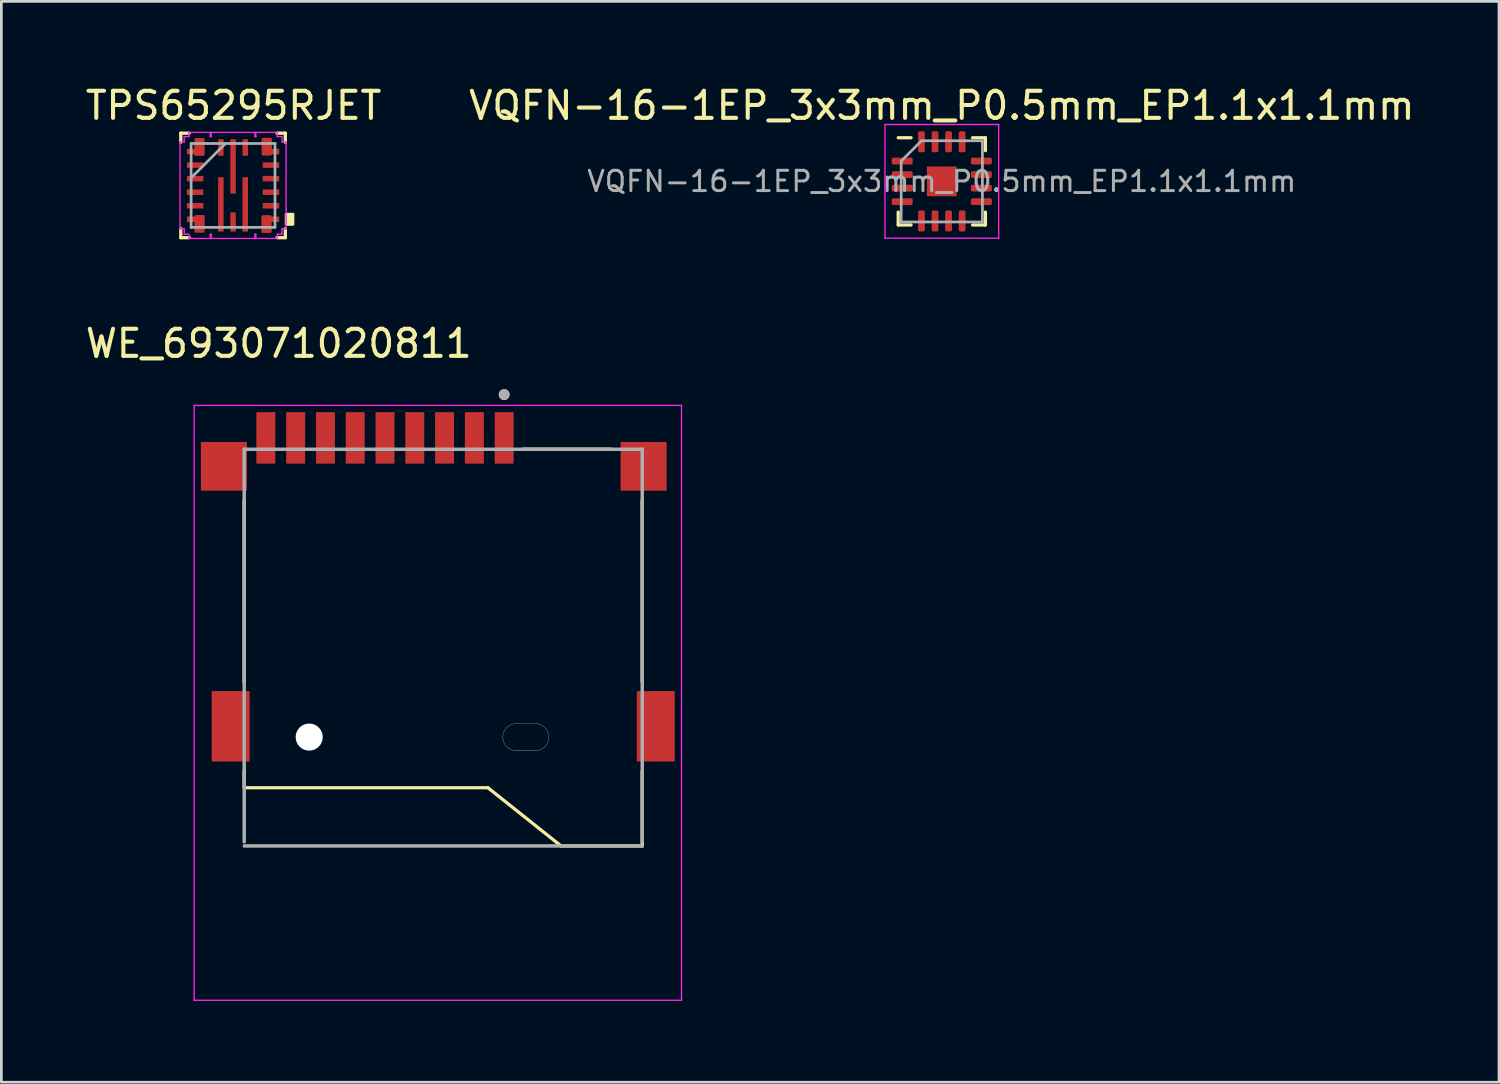
<source format=kicad_pcb>
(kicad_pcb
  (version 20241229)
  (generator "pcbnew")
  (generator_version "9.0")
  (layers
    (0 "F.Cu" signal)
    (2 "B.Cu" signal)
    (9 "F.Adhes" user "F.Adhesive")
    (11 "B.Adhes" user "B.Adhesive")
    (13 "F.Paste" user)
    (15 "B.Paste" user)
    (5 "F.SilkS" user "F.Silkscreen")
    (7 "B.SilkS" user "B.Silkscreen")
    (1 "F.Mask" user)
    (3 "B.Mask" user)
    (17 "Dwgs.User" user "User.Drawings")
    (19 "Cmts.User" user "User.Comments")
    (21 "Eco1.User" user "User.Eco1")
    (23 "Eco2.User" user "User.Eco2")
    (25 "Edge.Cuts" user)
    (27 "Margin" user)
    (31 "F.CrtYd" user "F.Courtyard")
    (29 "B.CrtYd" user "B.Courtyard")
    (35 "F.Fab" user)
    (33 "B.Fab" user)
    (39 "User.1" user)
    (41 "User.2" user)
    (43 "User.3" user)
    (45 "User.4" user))
  (footprint "TPS65295RJET"
    (layer "F.Cu")
    (at 5.557 3.798)
    (property "Reference" "TPS65295RJET" (at 0.02 -2.95 0) (layer "F.SilkS") (effects (font (size 1 1) (thickness 0.15))))
    (attr through_hole)
    (fp_line (start -1.93 -1.93) (end -1.93 -1.596) (stroke (width 0.12) (type solid)) (layer "F.SilkS"))
    (fp_line (start -1.93 1.596) (end -1.93 1.93) (stroke (width 0.12) (type solid)) (layer "F.SilkS"))
    (fp_line (start -1.93 1.93) (end -1.619 1.93) (stroke (width 0.12) (type solid)) (layer "F.SilkS"))
    (fp_line (start -1.619 -1.93) (end -1.93 -1.93) (stroke (width 0.12) (type solid)) (layer "F.SilkS"))
    (fp_line (start 1.619 1.93) (end 1.93 1.93) (stroke (width 0.12) (type solid)) (layer "F.SilkS"))
    (fp_line (start 1.93 -1.93) (end 1.619 -1.93) (stroke (width 0.12) (type solid)) (layer "F.SilkS"))
    (fp_line (start 1.93 -1.596) (end 1.93 -1.93) (stroke (width 0.12) (type solid)) (layer "F.SilkS"))
    (fp_line (start 1.93 1.93) (end 1.93 1.596) (stroke (width 0.12) (type solid)) (layer "F.SilkS"))
    (fp_poly (pts (xy 2.213 1.06) (xy 2.213 1.44) (xy 1.959 1.44) (xy 1.959 1.06)) (stroke (width 0.1) (type solid)) (fill yes) (layer "F.SilkS"))
    (fp_line (start -1.959 -1.606) (end -1.959 1.606) (stroke (width 0.05) (type solid)) (layer "F.CrtYd"))
    (fp_line (start -1.959 1.606) (end -1.803 1.606) (stroke (width 0.05) (type solid)) (layer "F.CrtYd"))
    (fp_line (start -1.803 -1.803) (end -1.803 -1.606) (stroke (width 0.05) (type solid)) (layer "F.CrtYd"))
    (fp_line (start -1.803 -1.606) (end -1.959 -1.606) (stroke (width 0.05) (type solid)) (layer "F.CrtYd"))
    (fp_line (start -1.803 1.606) (end -1.803 1.803) (stroke (width 0.05) (type solid)) (layer "F.CrtYd"))
    (fp_line (start -1.803 1.803) (end -1.629 1.803) (stroke (width 0.05) (type solid)) (layer "F.CrtYd"))
    (fp_line (start -1.629 -1.959) (end -1.629 -1.803) (stroke (width 0.05) (type solid)) (layer "F.CrtYd"))
    (fp_line (start -1.629 -1.803) (end -1.803 -1.803) (stroke (width 0.05) (type solid)) (layer "F.CrtYd"))
    (fp_line (start -1.629 1.803) (end -1.629 1.959) (stroke (width 0.05) (type solid)) (layer "F.CrtYd"))
    (fp_line (start -1.629 1.959) (end -0.841 1.959) (stroke (width 0.05) (type solid)) (layer "F.CrtYd"))
    (fp_line (start -0.841 -1.959) (end -1.629 -1.959) (stroke (width 0.05) (type solid)) (layer "F.CrtYd"))
    (fp_line (start -0.841 -1.803) (end -0.841 -1.959) (stroke (width 0.05) (type solid)) (layer "F.CrtYd"))
    (fp_line (start -0.841 1.803) (end -0.806 1.803) (stroke (width 0.05) (type solid)) (layer "F.CrtYd"))
    (fp_line (start -0.841 1.959) (end -0.841 1.803) (stroke (width 0.05) (type solid)) (layer "F.CrtYd"))
    (fp_line (start -0.806 -1.959) (end -0.806 -1.803) (stroke (width 0.05) (type solid)) (layer "F.CrtYd"))
    (fp_line (start -0.806 -1.803) (end -0.841 -1.803) (stroke (width 0.05) (type solid)) (layer "F.CrtYd"))
    (fp_line (start -0.806 1.803) (end -0.806 1.959) (stroke (width 0.05) (type solid)) (layer "F.CrtYd"))
    (fp_line (start -0.806 1.959) (end 0.806 1.959) (stroke (width 0.05) (type solid)) (layer "F.CrtYd"))
    (fp_line (start 0.806 -1.959) (end -0.806 -1.959) (stroke (width 0.05) (type solid)) (layer "F.CrtYd"))
    (fp_line (start 0.806 -1.803) (end 0.806 -1.959) (stroke (width 0.05) (type solid)) (layer "F.CrtYd"))
    (fp_line (start 0.806 1.803) (end 0.841 1.803) (stroke (width 0.05) (type solid)) (layer "F.CrtYd"))
    (fp_line (start 0.806 1.959) (end 0.806 1.803) (stroke (width 0.05) (type solid)) (layer "F.CrtYd"))
    (fp_line (start 0.841 -1.959) (end 0.841 -1.803) (stroke (width 0.05) (type solid)) (layer "F.CrtYd"))
    (fp_line (start 0.841 -1.803) (end 0.806 -1.803) (stroke (width 0.05) (type solid)) (layer "F.CrtYd"))
    (fp_line (start 0.841 1.803) (end 0.841 1.959) (stroke (width 0.05) (type solid)) (layer "F.CrtYd"))
    (fp_line (start 0.841 1.959) (end 1.629 1.959) (stroke (width 0.05) (type solid)) (layer "F.CrtYd"))
    (fp_line (start 1.629 -1.959) (end 0.841 -1.959) (stroke (width 0.05) (type solid)) (layer "F.CrtYd"))
    (fp_line (start 1.629 -1.803) (end 1.629 -1.959) (stroke (width 0.05) (type solid)) (layer "F.CrtYd"))
    (fp_line (start 1.629 1.803) (end 1.803 1.803) (stroke (width 0.05) (type solid)) (layer "F.CrtYd"))
    (fp_line (start 1.629 1.959) (end 1.629 1.803) (stroke (width 0.05) (type solid)) (layer "F.CrtYd"))
    (fp_line (start 1.803 1.803) (end 1.804 1.606) (stroke (width 0.05) (type solid)) (layer "F.CrtYd"))
    (fp_line (start 1.804 1.606) (end 1.959 1.606) (stroke (width 0.05) (type solid)) (layer "F.CrtYd"))
    (fp_line (start 1.809 -1.606) (end 1.809 -1.803) (stroke (width 0.05) (type solid)) (layer "F.CrtYd"))
    (fp_line (start 1.809 -1.803) (end 1.629 -1.803) (stroke (width 0.05) (type solid)) (layer "F.CrtYd"))
    (fp_line (start 1.959 -1.606) (end 1.809 -1.606) (stroke (width 0.05) (type solid)) (layer "F.CrtYd"))
    (fp_line (start 1.959 1.606) (end 1.959 -1.606) (stroke (width 0.05) (type solid)) (layer "F.CrtYd"))
    (fp_line (start -1.549 -1.549) (end -1.549 1.549) (stroke (width 0.1) (type solid)) (layer "F.Fab"))
    (fp_line (start -1.549 -0.279) (end -0.279 -1.549) (stroke (width 0.1) (type solid)) (layer "F.Fab"))
    (fp_line (start -1.549 1.549) (end 1.549 1.549) (stroke (width 0.1) (type solid)) (layer "F.Fab"))
    (fp_line (start 1.549 -1.549) (end -1.549 -1.549) (stroke (width 0.1) (type solid)) (layer "F.Fab"))
    (fp_line (start 1.549 1.549) (end 1.549 -1.549) (stroke (width 0.1) (type solid)) (layer "F.Fab"))
    (pad "1" smd rect (at -1.4 -1.25 90) (size 0.203 0.61) (layers "F.Cu" "F.Mask" "F.Paste"))
    (pad "1" smd custom (at -1.232 -1.4) (size 0.203 0.61) (layers "F.Cu" "F.Mask" "F.Paste") (options (anchor rect)) (primitives (gr_poly (pts (xy -0.146 -0.298) (xy -0.146 0.258) (xy 0.133 0.258) (xy 0.133 -0.298)) (width 0.1) (fill yes))))
    (pad "2" smd rect (at -1.4 -0.75 90) (size 0.203 0.61) (layers "F.Cu" "F.Mask" "F.Paste"))
    (pad "3" smd rect (at -1.4 -0.25 90) (size 0.203 0.61) (layers "F.Cu" "F.Mask" "F.Paste"))
    (pad "4" smd rect (at -1.4 0.25 90) (size 0.203 0.61) (layers "F.Cu" "F.Mask" "F.Paste"))
    (pad "5" smd rect (at -1.4 0.75 90) (size 0.203 0.61) (layers "F.Cu" "F.Mask" "F.Paste"))
    (pad "6" smd rect (at -1.4 1.25 90) (size 0.203 0.61) (layers "F.Cu" "F.Mask" "F.Paste"))
    (pad "6" smd custom (at -1.23 1.44) (size 0.203 0.61) (layers "F.Cu" "F.Mask" "F.Paste") (options (anchor rect)) (primitives (gr_poly (pts (xy -0.146 -0.298) (xy -0.146 0.258) (xy 0.133 0.258) (xy 0.133 -0.298)) (width 0.1) (fill yes))))
    (pad "7" smd rect (at -0.45 0.702) (size 0.203 2.007) (layers "F.Cu" "F.Mask" "F.Paste"))
    (pad "8" smd rect (at 0 1.349) (size 0.203 0.711) (layers "F.Cu" "F.Mask" "F.Paste"))
    (pad "9" smd rect (at 0.45 0.702) (size 0.203 2.007) (layers "F.Cu" "F.Mask" "F.Paste"))
    (pad "10" smd custom (at 1.243 1.447) (size 0.203 0.61) (layers "F.Cu" "F.Mask" "F.Paste") (options (anchor rect)) (primitives (gr_poly (pts (xy -0.146 -0.298) (xy -0.146 0.258) (xy 0.133 0.258) (xy 0.133 -0.298)) (width 0.1) (fill yes))))
    (pad "10" smd rect (at 1.4 1.25 90) (size 0.203 0.61) (layers "F.Cu" "F.Mask" "F.Paste"))
    (pad "11" smd rect (at 1.4 0.75 90) (size 0.203 0.61) (layers "F.Cu" "F.Mask" "F.Paste"))
    (pad "12" smd rect (at 1.4 0.25 90) (size 0.203 0.61) (layers "F.Cu" "F.Mask" "F.Paste"))
    (pad "13" smd rect (at 1.4 -0.25 90) (size 0.203 0.61) (layers "F.Cu" "F.Mask" "F.Paste"))
    (pad "14" smd rect (at 1.4 -0.75 90) (size 0.203 0.61) (layers "F.Cu" "F.Mask" "F.Paste"))
    (pad "15" smd custom (at 1.25 -1.41) (size 0.203 0.61) (layers "F.Cu" "F.Mask" "F.Paste") (options (anchor rect)) (primitives (gr_poly (pts (xy -0.146 -0.298) (xy -0.146 0.258) (xy 0.133 0.258) (xy 0.133 -0.298)) (width 0.1) (fill yes))))
    (pad "15" smd rect (at 1.4 -1.25 90) (size 0.203 0.61) (layers "F.Cu" "F.Mask" "F.Paste"))
    (pad "16" smd rect (at 0.45 -1.4) (size 0.203 0.61) (layers "F.Cu" "F.Mask" "F.Paste"))
    (pad "17" smd rect (at 0 -0.702) (size 0.203 2.007) (layers "F.Cu" "F.Mask" "F.Paste"))
    (pad "18" smd rect (at -0.45 -1.4) (size 0.203 0.61) (layers "F.Cu" "F.Mask" "F.Paste")))
  (footprint "WE_693071020811"
    (layer "F.Cu")
    (at 13.319 24.172)
    (property "Reference" "WE_693071020811" (at -6.075 -14.535 0) (layer "F.SilkS") (effects (font (size 1 1) (thickness 0.15))))
    (attr smd)
    (fp_line (start -7.35 -2.05) (end -7.35 -8.75) (stroke (width 0.127) (type solid)) (layer "F.SilkS"))
    (fp_line (start -7.35 1.25) (end -7.35 1.87) (stroke (width 0.127) (type solid)) (layer "F.SilkS"))
    (fp_line (start -7.35 1.87) (end 1.65 1.87) (stroke (width 0.12) (type solid)) (layer "F.SilkS"))
    (fp_line (start 4.35 4.02) (end 1.65 1.87) (stroke (width 0.12) (type solid)) (layer "F.SilkS"))
    (fp_line (start 6.2 -10.63) (end 2.95 -10.63) (stroke (width 0.127) (type solid)) (layer "F.SilkS"))
    (fp_line (start 7.35 -2.05) (end 7.35 -8.75) (stroke (width 0.127) (type solid)) (layer "F.SilkS"))
    (fp_line (start 7.35 4.02) (end 4.35 4.02) (stroke (width 0.12) (type solid)) (layer "F.SilkS"))
    (fp_line (start 7.35 4.02) (end 7.35 1.25) (stroke (width 0.127) (type solid)) (layer "F.SilkS"))
    (fp_circle (center 2.25 -12.65) (end 2.35 -12.65) (stroke (width 0.2) (type solid)) (fill no) (layer "F.SilkS"))
    (fp_line (start 2.7 -0.5) (end 3.4 -0.5) (stroke (width 0.01) (type solid)) (layer "Edge.Cuts"))
    (fp_line (start 3.4 0.5) (end 2.7 0.5) (stroke (width 0.01) (type solid)) (layer "Edge.Cuts"))
    (fp_arc (start 2.2 0) (mid 2.346447 -0.353553) (end 2.7 -0.5) (stroke (width 0.01) (type solid)) (layer "Edge.Cuts"))
    (fp_arc (start 2.7 0.5) (mid 2.346447 0.353553) (end 2.2 0) (stroke (width 0.01) (type solid)) (layer "Edge.Cuts"))
    (fp_arc (start 3.4 -0.5) (mid 3.753553 -0.353553) (end 3.9 0) (stroke (width 0.01) (type solid)) (layer "Edge.Cuts"))
    (fp_arc (start 3.9 0) (mid 3.753553 0.353553) (end 3.4 0.5) (stroke (width 0.01) (type solid)) (layer "Edge.Cuts"))
    (fp_line (start -9.2 -12.25) (end -9.2 9.72) (stroke (width 0.05) (type solid)) (layer "F.CrtYd"))
    (fp_line (start -9.2 9.72) (end 8.8 9.72) (stroke (width 0.05) (type solid)) (layer "F.CrtYd"))
    (fp_line (start 8.8 -12.25) (end -9.2 -12.25) (stroke (width 0.05) (type solid)) (layer "F.CrtYd"))
    (fp_line (start 8.8 9.72) (end 8.8 -12.25) (stroke (width 0.05) (type solid)) (layer "F.CrtYd"))
    (fp_line (start -7.35 -10.63) (end -7.35 3.87) (stroke (width 0.127) (type solid)) (layer "F.Fab"))
    (fp_line (start -7.35 4.02) (end 7.35 4.02) (stroke (width 0.127) (type solid)) (layer "F.Fab"))
    (fp_line (start 7.35 -10.63) (end -7.35 -10.63) (stroke (width 0.127) (type solid)) (layer "F.Fab"))
    (fp_line (start 7.35 3.87) (end 7.35 -10.63) (stroke (width 0.127) (type solid)) (layer "F.Fab"))
    (fp_circle (center 2.25 -12.65) (end 2.35 -12.65) (stroke (width 0.2) (type solid)) (fill no) (layer "F.Fab"))
    (fp_line (start -7.25 5.52) (end -7.25 3.87) (stroke (width 0.12) (type solid)) (layer "User.1"))
    (fp_line (start 4.4 4.02) (end 4.4 5.52) (stroke (width 0.12) (type solid)) (layer "User.1"))
    (fp_line (start 4.4 5.52) (end -7.25 5.52) (stroke (width 0.12) (type solid)) (layer "User.1"))
    (fp_line (start -7.25 6.37) (end -7.25 3.82) (stroke (width 0.12) (type solid)) (layer "User.2"))
    (fp_line (start 4.4 4.02) (end 4.4 6.37) (stroke (width 0.12) (type solid)) (layer "User.2"))
    (fp_line (start 4.4 6.37) (end -7.25 6.37) (stroke (width 0.12) (type solid)) (layer "User.2"))
    (fp_line (start -7.25 9.47) (end -7.25 5.52) (stroke (width 0.12) (type solid)) (layer "User.3"))
    (fp_line (start 4.4 4.02) (end 4.4 9.47) (stroke (width 0.12) (type solid)) (layer "User.3"))
    (fp_line (start 4.4 9.47) (end -7.25 9.47) (stroke (width 0.12) (type solid)) (layer "User.3"))
    (pad "" np_thru_hole circle (at -4.95 0) (size 1 1) (drill 1) (layers "*.Cu" "*.Mask"))
    (pad "1" smd rect (at 2.25 -11.05) (size 0.7 1.9) (layers "F.Cu" "F.Mask" "F.Paste"))
    (pad "2" smd rect (at 1.15 -11.05) (size 0.7 1.9) (layers "F.Cu" "F.Mask" "F.Paste"))
    (pad "3" smd rect (at 0.05 -11.05) (size 0.7 1.9) (layers "F.Cu" "F.Mask" "F.Paste"))
    (pad "4" smd rect (at -1.05 -11.05) (size 0.7 1.9) (layers "F.Cu" "F.Mask" "F.Paste"))
    (pad "5" smd rect (at -2.15 -11.05) (size 0.7 1.9) (layers "F.Cu" "F.Mask" "F.Paste"))
    (pad "6" smd rect (at -3.25 -11.05) (size 0.7 1.9) (layers "F.Cu" "F.Mask" "F.Paste"))
    (pad "7" smd rect (at -4.35 -11.05) (size 0.7 1.9) (layers "F.Cu" "F.Mask" "F.Paste"))
    (pad "8" smd rect (at -5.45 -11.05) (size 0.7 1.9) (layers "F.Cu" "F.Mask" "F.Paste"))
    (pad "9" smd rect (at -6.55 -11.05) (size 0.7 1.9) (layers "F.Cu" "F.Mask" "F.Paste"))
    (pad "10" smd rect (at -8.1 -10) (size 1.7 1.8) (layers "F.Cu" "F.Mask" "F.Paste"))
    (pad "11" smd rect (at 7.4 -10) (size 1.7 1.8) (layers "F.Cu" "F.Mask" "F.Paste"))
    (pad "12" smd rect (at -7.85 -0.4) (size 1.4 2.6) (layers "F.Cu" "F.Mask" "F.Paste"))
    (pad "13" smd rect (at 7.85 -0.4) (size 1.4 2.6) (layers "F.Cu" "F.Mask" "F.Paste")))
  (footprint "VQFN-16-1EP_3x3mm_P0.5mm_EP1.1x1.1mm"
    (layer "F.Cu")
    (at 31.732 3.648)
    (property "Reference" "VQFN-16-1EP_3x3mm_P0.5mm_EP1.1x1.1mm" (at 0 -2.8 0) (layer "F.SilkS") (effects (font (size 1 1) (thickness 0.15))))
    (attr smd)
    (fp_line (start -1.61 1.61) (end -1.61 1.135) (stroke (width 0.12) (type solid)) (layer "F.SilkS"))
    (fp_line (start -1.135 -1.61) (end -1.61 -1.61) (stroke (width 0.12) (type solid)) (layer "F.SilkS"))
    (fp_line (start -1.135 1.61) (end -1.61 1.61) (stroke (width 0.12) (type solid)) (layer "F.SilkS"))
    (fp_line (start 1.135 -1.61) (end 1.61 -1.61) (stroke (width 0.12) (type solid)) (layer "F.SilkS"))
    (fp_line (start 1.135 1.61) (end 1.61 1.61) (stroke (width 0.12) (type solid)) (layer "F.SilkS"))
    (fp_line (start 1.61 -1.61) (end 1.61 -1.135) (stroke (width 0.12) (type solid)) (layer "F.SilkS"))
    (fp_line (start 1.61 1.61) (end 1.61 1.135) (stroke (width 0.12) (type solid)) (layer "F.SilkS"))
    (fp_line (start -2.1 -2.1) (end -2.1 2.1) (stroke (width 0.05) (type solid)) (layer "F.CrtYd"))
    (fp_line (start -2.1 2.1) (end 2.1 2.1) (stroke (width 0.05) (type solid)) (layer "F.CrtYd"))
    (fp_line (start 2.1 -2.1) (end -2.1 -2.1) (stroke (width 0.05) (type solid)) (layer "F.CrtYd"))
    (fp_line (start 2.1 2.1) (end 2.1 -2.1) (stroke (width 0.05) (type solid)) (layer "F.CrtYd"))
    (fp_line (start -1.5 -0.75) (end -0.75 -1.5) (stroke (width 0.1) (type solid)) (layer "F.Fab"))
    (fp_line (start -1.5 1.5) (end -1.5 -0.75) (stroke (width 0.1) (type solid)) (layer "F.Fab"))
    (fp_line (start -0.75 -1.5) (end 1.5 -1.5) (stroke (width 0.1) (type solid)) (layer "F.Fab"))
    (fp_line (start 1.5 -1.5) (end 1.5 1.5) (stroke (width 0.1) (type solid)) (layer "F.Fab"))
    (fp_line (start 1.5 1.5) (end -1.5 1.5) (stroke (width 0.1) (type solid)) (layer "F.Fab"))
    (fp_text user "${REFERENCE}" (at 0 0 0) (layer "F.Fab") (effects (font (size 0.75 0.75) (thickness 0.11))))
    (pad "" smd roundrect (at 0 0) (size 0.89 0.89) (layers "F.Paste") (roundrect_rratio 0.25))
    (pad "1" smd roundrect (at -1.462 -0.75) (size 0.775 0.25) (layers "F.Cu" "F.Mask" "F.Paste") (roundrect_rratio 0.25))
    (pad "2" smd roundrect (at -1.462 -0.25) (size 0.775 0.25) (layers "F.Cu" "F.Mask" "F.Paste") (roundrect_rratio 0.25))
    (pad "3" smd roundrect (at -1.462 0.25) (size 0.775 0.25) (layers "F.Cu" "F.Mask" "F.Paste") (roundrect_rratio 0.25))
    (pad "4" smd roundrect (at -1.462 0.75) (size 0.775 0.25) (layers "F.Cu" "F.Mask" "F.Paste") (roundrect_rratio 0.25))
    (pad "5" smd roundrect (at -0.75 1.462) (size 0.25 0.775) (layers "F.Cu" "F.Mask" "F.Paste") (roundrect_rratio 0.25))
    (pad "6" smd roundrect (at -0.25 1.462) (size 0.25 0.775) (layers "F.Cu" "F.Mask" "F.Paste") (roundrect_rratio 0.25))
    (pad "7" smd roundrect (at 0.25 1.462) (size 0.25 0.775) (layers "F.Cu" "F.Mask" "F.Paste") (roundrect_rratio 0.25))
    (pad "8" smd roundrect (at 0.75 1.462) (size 0.25 0.775) (layers "F.Cu" "F.Mask" "F.Paste") (roundrect_rratio 0.25))
    (pad "9" smd roundrect (at 1.462 0.75) (size 0.775 0.25) (layers "F.Cu" "F.Mask" "F.Paste") (roundrect_rratio 0.25))
    (pad "10" smd roundrect (at 1.462 0.25) (size 0.775 0.25) (layers "F.Cu" "F.Mask" "F.Paste") (roundrect_rratio 0.25))
    (pad "11" smd roundrect (at 1.462 -0.25) (size 0.775 0.25) (layers "F.Cu" "F.Mask" "F.Paste") (roundrect_rratio 0.25))
    (pad "12" smd roundrect (at 1.462 -0.75) (size 0.775 0.25) (layers "F.Cu" "F.Mask" "F.Paste") (roundrect_rratio 0.25))
    (pad "13" smd roundrect (at 0.75 -1.462) (size 0.25 0.775) (layers "F.Cu" "F.Mask" "F.Paste") (roundrect_rratio 0.25))
    (pad "14" smd roundrect (at 0.25 -1.462) (size 0.25 0.775) (layers "F.Cu" "F.Mask" "F.Paste") (roundrect_rratio 0.25))
    (pad "15" smd roundrect (at -0.25 -1.462) (size 0.25 0.775) (layers "F.Cu" "F.Mask" "F.Paste") (roundrect_rratio 0.25))
    (pad "16" smd roundrect (at -0.75 -1.462) (size 0.25 0.775) (layers "F.Cu" "F.Mask" "F.Paste") (roundrect_rratio 0.25))
    (pad "17" smd rect (at 0 0) (size 1.1 1.1) (layers "F.Cu" "F.Mask")))
  (gr_rect
    (start -3 -3)
    (end 52.31 36.917)
    (stroke (width 0.1) (type default))
    (fill no)
    (layer "Edge.Cuts")))
</source>
